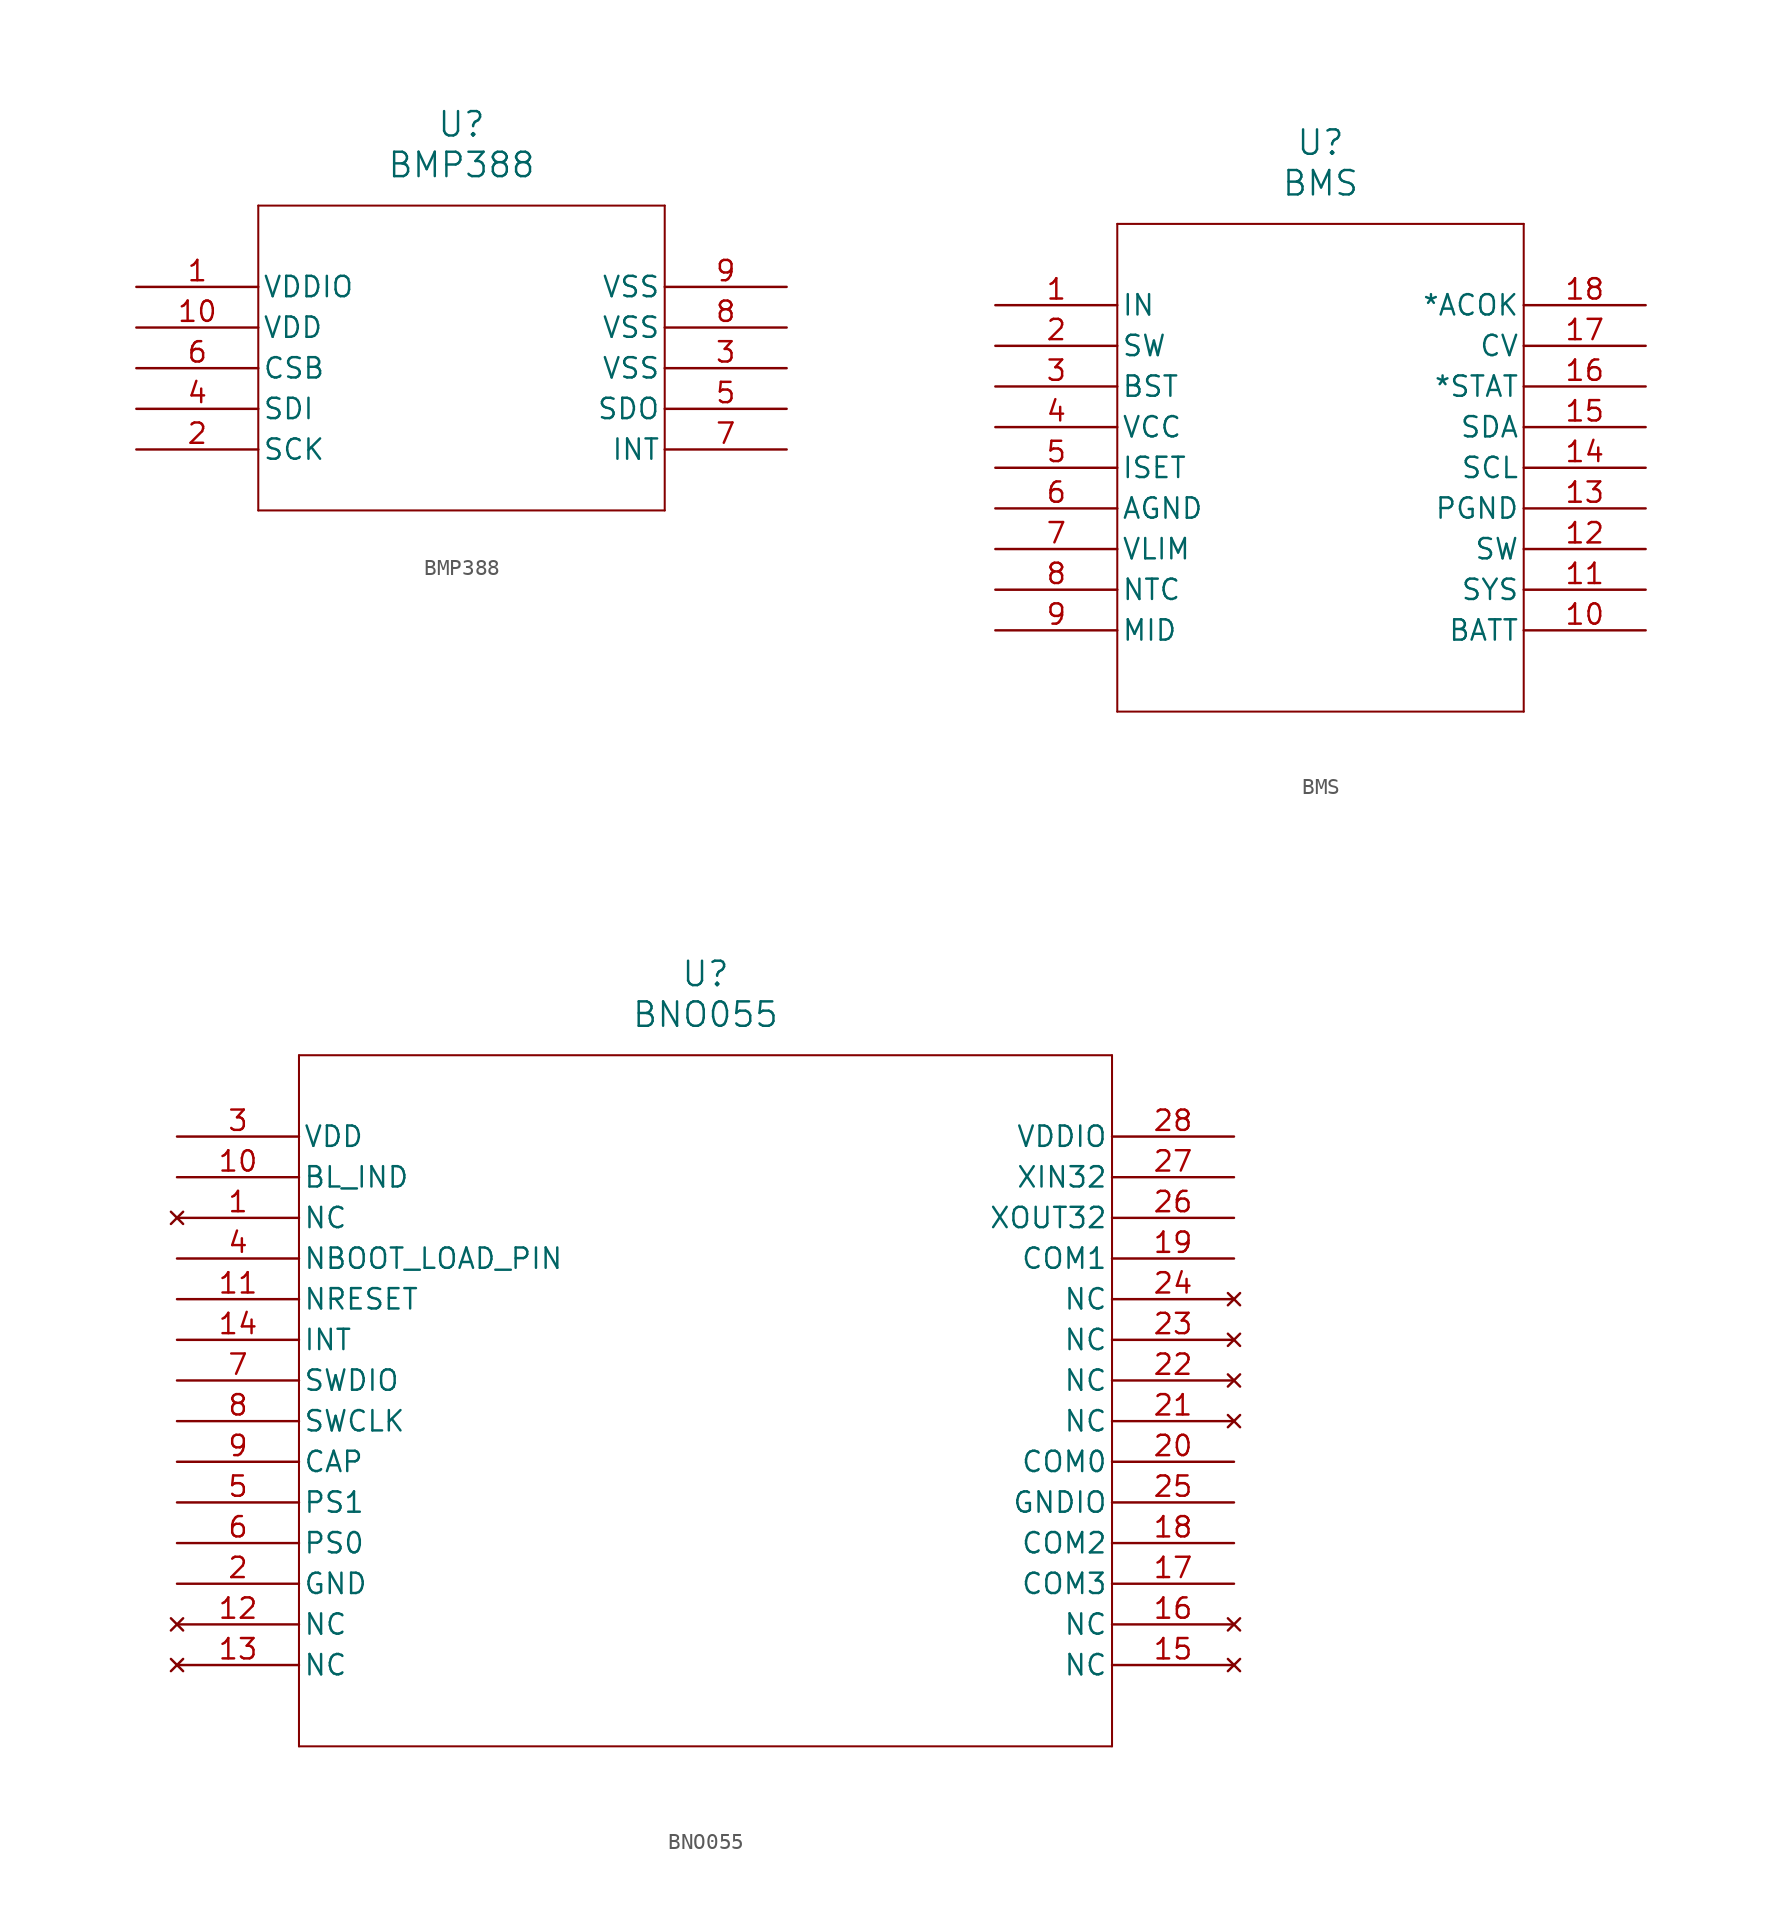
<source format=kicad_sym>
(kicad_symbol_lib
  (version 20220914)
  (generator kicad_symbol_editor)
  (symbol "BMP388"
    (pin_names
      (offset 0.254))
    (property "Reference" "U"
      (at 20.32 10.16 0)
      (effects (font (size 1.524 1.524))))
    (property "Value" "BMP388"
      (at 20.32 7.62 0)
      (effects (font (size 1.524 1.524))))
    (property "ki_locked" ""
      (at 0 0 0)
      (effects (font (size 1.27 1.27))))
    (symbol "BMP388_0_1"
      (polyline (pts (xy 7.62 -13.97) (xy 33.02 -13.97)) (stroke (width 0.127) (type default)) (fill (type none)))
      (polyline (pts (xy 7.62 5.08) (xy 7.62 -13.97)) (stroke (width 0.127) (type default)) (fill (type none)))
      (polyline (pts (xy 33.02 -13.97) (xy 33.02 5.08)) (stroke (width 0.127) (type default)) (fill (type none)))
      (polyline (pts (xy 33.02 5.08) (xy 7.62 5.08)) (stroke (width 0.127) (type default)) (fill (type none)))
      (pin power_in line (at 0 0 0) (length 7.62) (name "VDDIO" (effects (font (size 1.27 1.27)))) (number "1" (effects (font (size 1.27 1.27)))))
      (pin power_in line (at 0 -2.54 0) (length 7.62) (name "VDD" (effects (font (size 1.27 1.27)))) (number "10" (effects (font (size 1.27 1.27)))))
      (pin power_out line (at 40.64 -5.08 180) (length 7.62) (name "VSS" (effects (font (size 1.27 1.27)))) (number "3" (effects (font (size 1.27 1.27)))))
      (pin unspecified line (at 0 -7.62 0) (length 7.62) (name "SDI" (effects (font (size 1.27 1.27)))) (number "4" (effects (font (size 1.27 1.27)))))
      (pin unspecified line (at 40.64 -7.62 180) (length 7.62) (name "SDO" (effects (font (size 1.27 1.27)))) (number "5" (effects (font (size 1.27 1.27)))))
      (pin unspecified line (at 0 -5.08 0) (length 7.62) (name "CSB" (effects (font (size 1.27 1.27)))) (number "6" (effects (font (size 1.27 1.27)))))
      (pin unspecified line (at 40.64 -10.16 180) (length 7.62) (name "INT" (effects (font (size 1.27 1.27)))) (number "7" (effects (font (size 1.27 1.27)))))
      (pin power_out line (at 40.64 -2.54 180) (length 7.62) (name "VSS" (effects (font (size 1.27 1.27)))) (number "8" (effects (font (size 1.27 1.27)))))
      (pin power_out line (at 40.64 0 180) (length 7.62) (name "VSS" (effects (font (size 1.27 1.27)))) (number "9" (effects (font (size 1.27 1.27))))))
    (symbol "BMP388_1_1"
      (pin unspecified line (at 0 -10.16 0) (length 7.62) (name "SCK" (effects (font (size 1.27 1.27)))) (number "2" (effects (font (size 1.27 1.27)))))))
  (symbol "BMS"
    (pin_names
      (offset 0.254))
    (property "Reference" "U"
      (at 20.32 10.16 0)
      (effects (font (size 1.524 1.524))))
    (property "Value" "BMS"
      (at 20.32 7.62 0)
      (effects (font (size 1.524 1.524))))
    (property "ki_locked" ""
      (at 0 0 0)
      (effects (font (size 1.27 1.27))))
    (symbol "BMS_0_1"
      (polyline (pts (xy 7.62 -25.4) (xy 33.02 -25.4)) (stroke (width 0.127) (type default)) (fill (type none)))
      (polyline (pts (xy 7.62 5.08) (xy 7.62 -25.4)) (stroke (width 0.127) (type default)) (fill (type none)))
      (polyline (pts (xy 33.02 -25.4) (xy 33.02 5.08)) (stroke (width 0.127) (type default)) (fill (type none)))
      (polyline (pts (xy 33.02 5.08) (xy 7.62 5.08)) (stroke (width 0.127) (type default)) (fill (type none)))
      (pin power_in line (at 0 0 0) (length 7.62) (name "IN" (effects (font (size 1.27 1.27)))) (number "1" (effects (font (size 1.27 1.27)))))
      (pin power_in line (at 40.64 -20.32 180) (length 7.62) (name "BATT" (effects (font (size 1.27 1.27)))) (number "10" (effects (font (size 1.27 1.27)))))
      (pin power_in line (at 40.64 -17.78 180) (length 7.62) (name "SYS" (effects (font (size 1.27 1.27)))) (number "11" (effects (font (size 1.27 1.27)))))
      (pin power_in line (at 40.64 -15.24 180) (length 7.62) (name "SW" (effects (font (size 1.27 1.27)))) (number "12" (effects (font (size 1.27 1.27)))))
      (pin power_in line (at 40.64 -12.7 180) (length 7.62) (name "PGND" (effects (font (size 1.27 1.27)))) (number "13" (effects (font (size 1.27 1.27)))))
      (pin input line (at 40.64 -10.16 180) (length 7.62) (name "SCL" (effects (font (size 1.27 1.27)))) (number "14" (effects (font (size 1.27 1.27)))))
      (pin bidirectional line (at 40.64 -7.62 180) (length 7.62) (name "SDA" (effects (font (size 1.27 1.27)))) (number "15" (effects (font (size 1.27 1.27)))))
      (pin output line (at 40.64 -5.08 180) (length 7.62) (name "*STAT" (effects (font (size 1.27 1.27)))) (number "16" (effects (font (size 1.27 1.27)))))
      (pin input line (at 40.64 -2.54 180) (length 7.62) (name "CV" (effects (font (size 1.27 1.27)))) (number "17" (effects (font (size 1.27 1.27)))))
      (pin output line (at 40.64 0 180) (length 7.62) (name "*ACOK" (effects (font (size 1.27 1.27)))) (number "18" (effects (font (size 1.27 1.27)))))
      (pin power_in line (at 0 -2.54 0) (length 7.62) (name "SW" (effects (font (size 1.27 1.27)))) (number "2" (effects (font (size 1.27 1.27)))))
      (pin power_in line (at 0 -5.08 0) (length 7.62) (name "BST" (effects (font (size 1.27 1.27)))) (number "3" (effects (font (size 1.27 1.27)))))
      (pin power_in line (at 0 -7.62 0) (length 7.62) (name "VCC" (effects (font (size 1.27 1.27)))) (number "4" (effects (font (size 1.27 1.27)))))
      (pin input line (at 0 -10.16 0) (length 7.62) (name "ISET" (effects (font (size 1.27 1.27)))) (number "5" (effects (font (size 1.27 1.27)))))
      (pin power_in line (at 0 -12.7 0) (length 7.62) (name "AGND" (effects (font (size 1.27 1.27)))) (number "6" (effects (font (size 1.27 1.27)))))
      (pin input line (at 0 -15.24 0) (length 7.62) (name "VLIM" (effects (font (size 1.27 1.27)))) (number "7" (effects (font (size 1.27 1.27)))))
      (pin input line (at 0 -17.78 0) (length 7.62) (name "NTC" (effects (font (size 1.27 1.27)))) (number "8" (effects (font (size 1.27 1.27)))))
      (pin power_in line (at 0 -20.32 0) (length 7.62) (name "MID" (effects (font (size 1.27 1.27)))) (number "9" (effects (font (size 1.27 1.27)))))))
  (symbol "BNO055"
    (pin_names
      (offset 0.254))
    (property "Reference" "U"
      (at 33.02 10.16 0)
      (effects (font (size 1.524 1.524))))
    (property "Value" "BNO055"
      (at 33.02 7.62 0)
      (effects (font (size 1.524 1.524))))
    (property "ki_locked" ""
      (at 0 0 0)
      (effects (font (size 1.27 1.27))))
    (symbol "BNO055_0_1"
      (polyline (pts (xy 7.62 -38.1) (xy 58.42 -38.1)) (stroke (width 0.127) (type default)) (fill (type none)))
      (polyline (pts (xy 7.62 5.08) (xy 7.62 -38.1)) (stroke (width 0.127) (type default)) (fill (type none)))
      (polyline (pts (xy 58.42 -38.1) (xy 58.42 5.08)) (stroke (width 0.127) (type default)) (fill (type none)))
      (polyline (pts (xy 58.42 5.08) (xy 7.62 5.08)) (stroke (width 0.127) (type default)) (fill (type none)))
      (pin no_connect line (at 0 -5.08 0) (length 7.62) (name "NC" (effects (font (size 1.27 1.27)))) (number "1" (effects (font (size 1.27 1.27)))))
      (pin output line (at 0 -2.54 0) (length 7.62) (name "BL_IND" (effects (font (size 1.27 1.27)))) (number "10" (effects (font (size 1.27 1.27)))))
      (pin unspecified line (at 0 -10.16 0) (length 7.62) (name "NRESET" (effects (font (size 1.27 1.27)))) (number "11" (effects (font (size 1.27 1.27)))))
      (pin no_connect line (at 0 -30.48 0) (length 7.62) (name "NC" (effects (font (size 1.27 1.27)))) (number "12" (effects (font (size 1.27 1.27)))))
      (pin no_connect line (at 0 -33.02 0) (length 7.62) (name "NC" (effects (font (size 1.27 1.27)))) (number "13" (effects (font (size 1.27 1.27)))))
      (pin output line (at 0 -12.7 0) (length 7.62) (name "INT" (effects (font (size 1.27 1.27)))) (number "14" (effects (font (size 1.27 1.27)))))
      (pin no_connect line (at 66.04 -33.02 180) (length 7.62) (name "NC" (effects (font (size 1.27 1.27)))) (number "15" (effects (font (size 1.27 1.27)))))
      (pin no_connect line (at 66.04 -30.48 180) (length 7.62) (name "NC" (effects (font (size 1.27 1.27)))) (number "16" (effects (font (size 1.27 1.27)))))
      (pin input line (at 66.04 -27.94 180) (length 7.62) (name "COM3" (effects (font (size 1.27 1.27)))) (number "17" (effects (font (size 1.27 1.27)))))
      (pin bidirectional line (at 66.04 -25.4 180) (length 7.62) (name "COM2" (effects (font (size 1.27 1.27)))) (number "18" (effects (font (size 1.27 1.27)))))
      (pin bidirectional line (at 66.04 -7.62 180) (length 7.62) (name "COM1" (effects (font (size 1.27 1.27)))) (number "19" (effects (font (size 1.27 1.27)))))
      (pin power_out line (at 0 -27.94 0) (length 7.62) (name "GND" (effects (font (size 1.27 1.27)))) (number "2" (effects (font (size 1.27 1.27)))))
      (pin bidirectional line (at 66.04 -20.32 180) (length 7.62) (name "COM0" (effects (font (size 1.27 1.27)))) (number "20" (effects (font (size 1.27 1.27)))))
      (pin no_connect line (at 66.04 -17.78 180) (length 7.62) (name "NC" (effects (font (size 1.27 1.27)))) (number "21" (effects (font (size 1.27 1.27)))))
      (pin no_connect line (at 66.04 -15.24 180) (length 7.62) (name "NC" (effects (font (size 1.27 1.27)))) (number "22" (effects (font (size 1.27 1.27)))))
      (pin no_connect line (at 66.04 -12.7 180) (length 7.62) (name "NC" (effects (font (size 1.27 1.27)))) (number "23" (effects (font (size 1.27 1.27)))))
      (pin no_connect line (at 66.04 -10.16 180) (length 7.62) (name "NC" (effects (font (size 1.27 1.27)))) (number "24" (effects (font (size 1.27 1.27)))))
      (pin power_out line (at 66.04 -22.86 180) (length 7.62) (name "GNDIO" (effects (font (size 1.27 1.27)))) (number "25" (effects (font (size 1.27 1.27)))))
      (pin output line (at 66.04 -5.08 180) (length 7.62) (name "XOUT32" (effects (font (size 1.27 1.27)))) (number "26" (effects (font (size 1.27 1.27)))))
      (pin input line (at 66.04 -2.54 180) (length 7.62) (name "XIN32" (effects (font (size 1.27 1.27)))) (number "27" (effects (font (size 1.27 1.27)))))
      (pin power_in line (at 66.04 0 180) (length 7.62) (name "VDDIO" (effects (font (size 1.27 1.27)))) (number "28" (effects (font (size 1.27 1.27)))))
      (pin power_in line (at 0 0 0) (length 7.62) (name "VDD" (effects (font (size 1.27 1.27)))) (number "3" (effects (font (size 1.27 1.27)))))
      (pin input line (at 0 -7.62 0) (length 7.62) (name "NBOOT_LOAD_PIN" (effects (font (size 1.27 1.27)))) (number "4" (effects (font (size 1.27 1.27)))))
      (pin input line (at 0 -22.86 0) (length 7.62) (name "PS1" (effects (font (size 1.27 1.27)))) (number "5" (effects (font (size 1.27 1.27)))))
      (pin input line (at 0 -25.4 0) (length 7.62) (name "PS0" (effects (font (size 1.27 1.27)))) (number "6" (effects (font (size 1.27 1.27)))))
      (pin bidirectional line (at 0 -15.24 0) (length 7.62) (name "SWDIO" (effects (font (size 1.27 1.27)))) (number "7" (effects (font (size 1.27 1.27)))))
      (pin input line (at 0 -17.78 0) (length 7.62) (name "SWCLK" (effects (font (size 1.27 1.27)))) (number "8" (effects (font (size 1.27 1.27)))))
      (pin unspecified line (at 0 -20.32 0) (length 7.62) (name "CAP" (effects (font (size 1.27 1.27)))) (number "9" (effects (font (size 1.27 1.27))))))))
</source>
